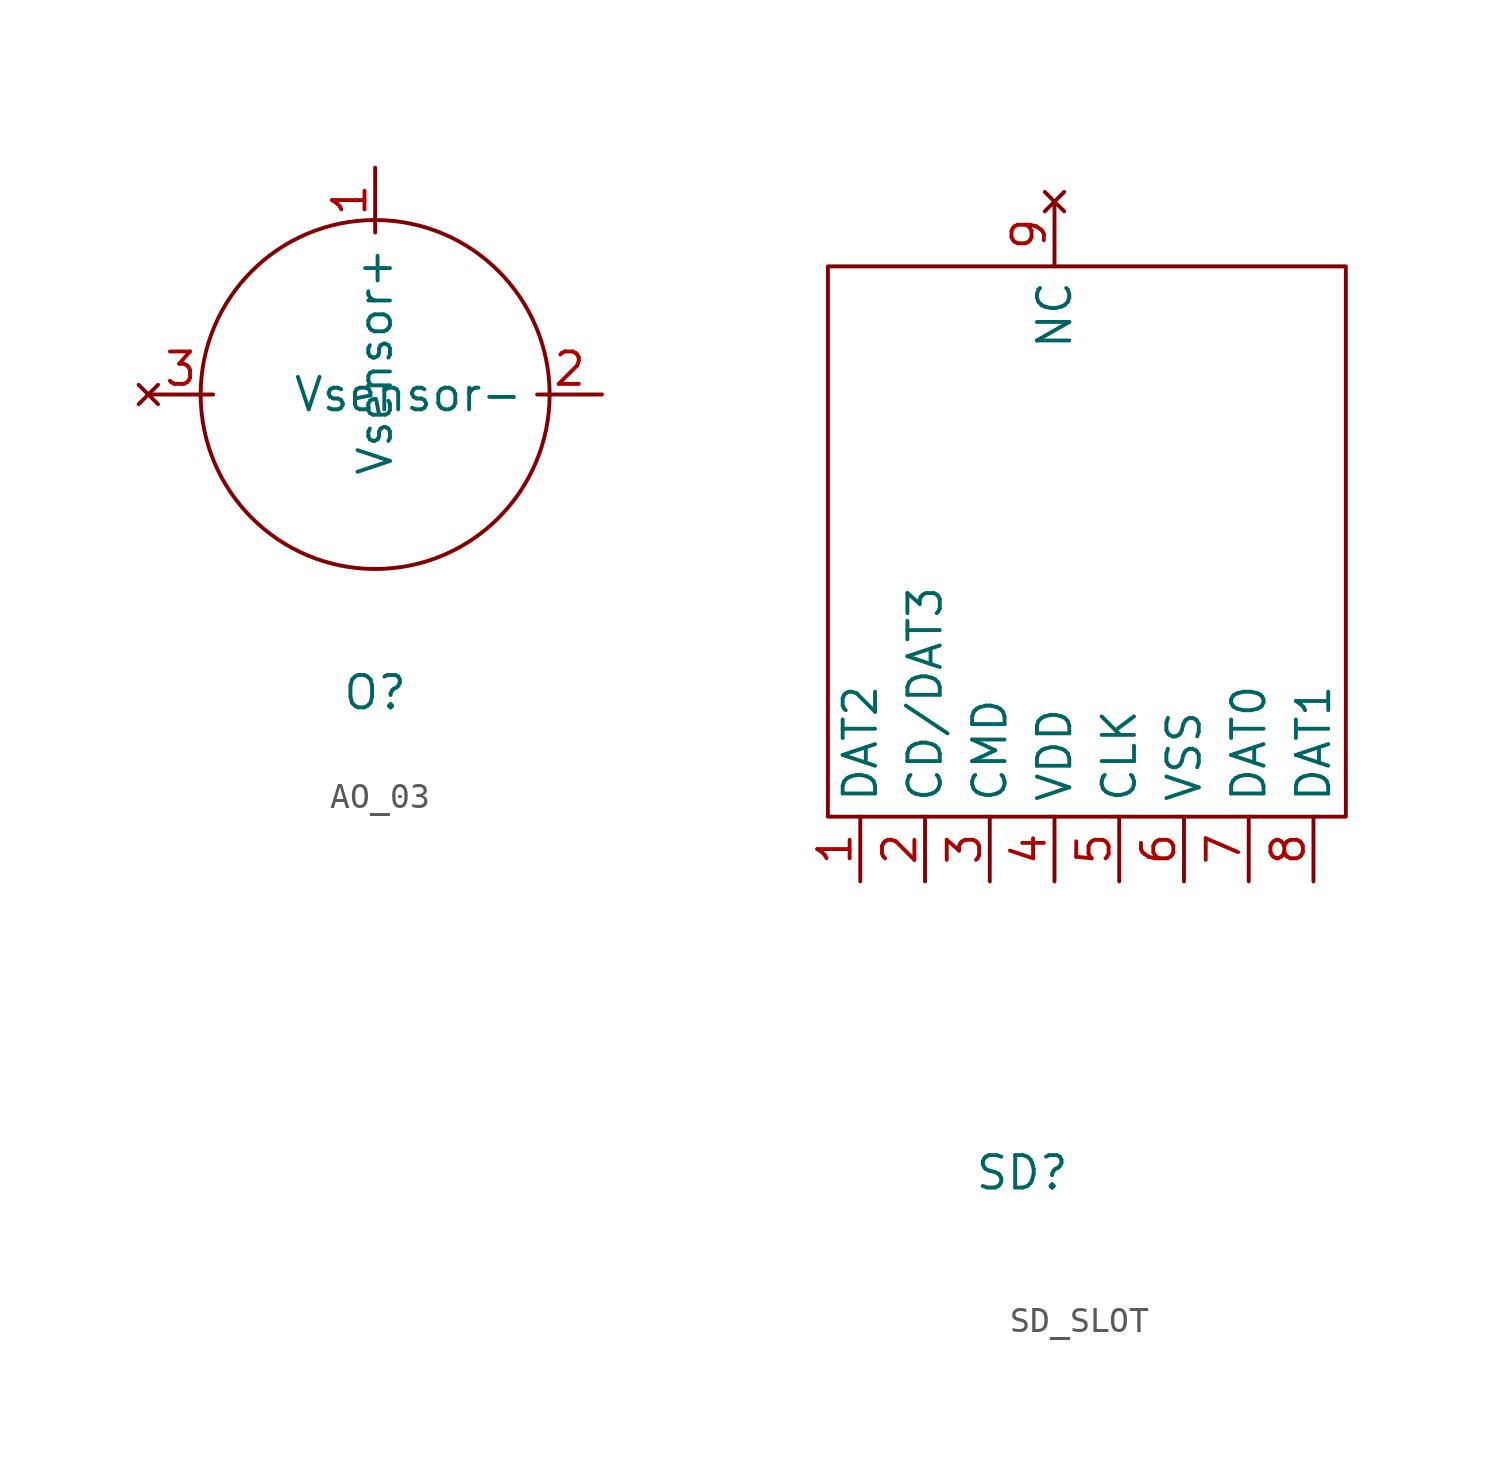
<source format=kicad_sym>
(kicad_symbol_lib
  (version 20241209)
  (generator "kicad_symbol_editor")
  (generator_version "9.0")
  (symbol "AO_03"
    (property "Reference" "O"
      (at 0 -9.144 0)
      (effects (font (size 1.27 1.27))))
    (property "Value" ""
      (at 0 0 0)
      (effects (font (size 1.27 1.27))))
    (symbol "AO_03_0_1"
      (circle (center 0 2.54) (radius 6.839) (stroke (width 0) (type default)) (fill (type none))))
    (symbol "AO_03_1_1"
      (pin no_connect line (at -8.89 2.54 0) (length 2.54) (name "" (effects (font (size 1.27 1.27)))) (number "3" (effects (font (size 1.27 1.27)))))
      (pin passive line (at 0 11.43 270) (length 2.54) (name "Vsensor+" (effects (font (size 1.27 1.27)))) (number "1" (effects (font (size 1.27 1.27)))))
      (pin passive line (at 8.89 2.54 180) (length 2.54) (name "Vsensor-" (effects (font (size 1.27 1.27)))) (number "2" (effects (font (size 1.27 1.27)))))))
  (symbol "SD_SLOT"
    (property "Reference" "SD"
      (at 0 0 0)
      (effects (font (size 1.27 1.27))))
    (property "Value" ""
      (at 0 0 0)
      (effects (font (size 1.27 1.27))))
    (symbol "SD_SLOT_0_1"
      (rectangle (start -7.62 35.56) (end 12.7 13.97) (stroke (width 0) (type default)) (fill (type none))))
    (symbol "SD_SLOT_1_1"
      (pin passive line (at -6.35 11.43 90) (length 2.54) (name "DAT2" (effects (font (size 1.27 1.27)))) (number "1" (effects (font (size 1.27 1.27)))))
      (pin input line (at -3.81 11.43 90) (length 2.54) (name "CD/DAT3" (effects (font (size 1.27 1.27)))) (number "2" (effects (font (size 1.27 1.27)))))
      (pin input line (at -1.27 11.43 90) (length 2.54) (name "CMD" (effects (font (size 1.27 1.27)))) (number "3" (effects (font (size 1.27 1.27)))))
      (pin no_connect line (at 1.27 38.1 270) (length 2.54) (name "NC" (effects (font (size 1.27 1.27)))) (number "9" (effects (font (size 1.27 1.27)))))
      (pin power_in line (at 1.27 11.43 90) (length 2.54) (name "VDD" (effects (font (size 1.27 1.27)))) (number "4" (effects (font (size 1.27 1.27)))))
      (pin input line (at 3.81 11.43 90) (length 2.54) (name "CLK" (effects (font (size 1.27 1.27)))) (number "5" (effects (font (size 1.27 1.27)))))
      (pin power_in line (at 6.35 11.43 90) (length 2.54) (name "VSS" (effects (font (size 1.27 1.27)))) (number "6" (effects (font (size 1.27 1.27)))))
      (pin output line (at 8.89 11.43 90) (length 2.54) (name "DAT0" (effects (font (size 1.27 1.27)))) (number "7" (effects (font (size 1.27 1.27)))))
      (pin passive line (at 11.43 11.43 90) (length 2.54) (name "DAT1" (effects (font (size 1.27 1.27)))) (number "8" (effects (font (size 1.27 1.27))))))))
</source>
